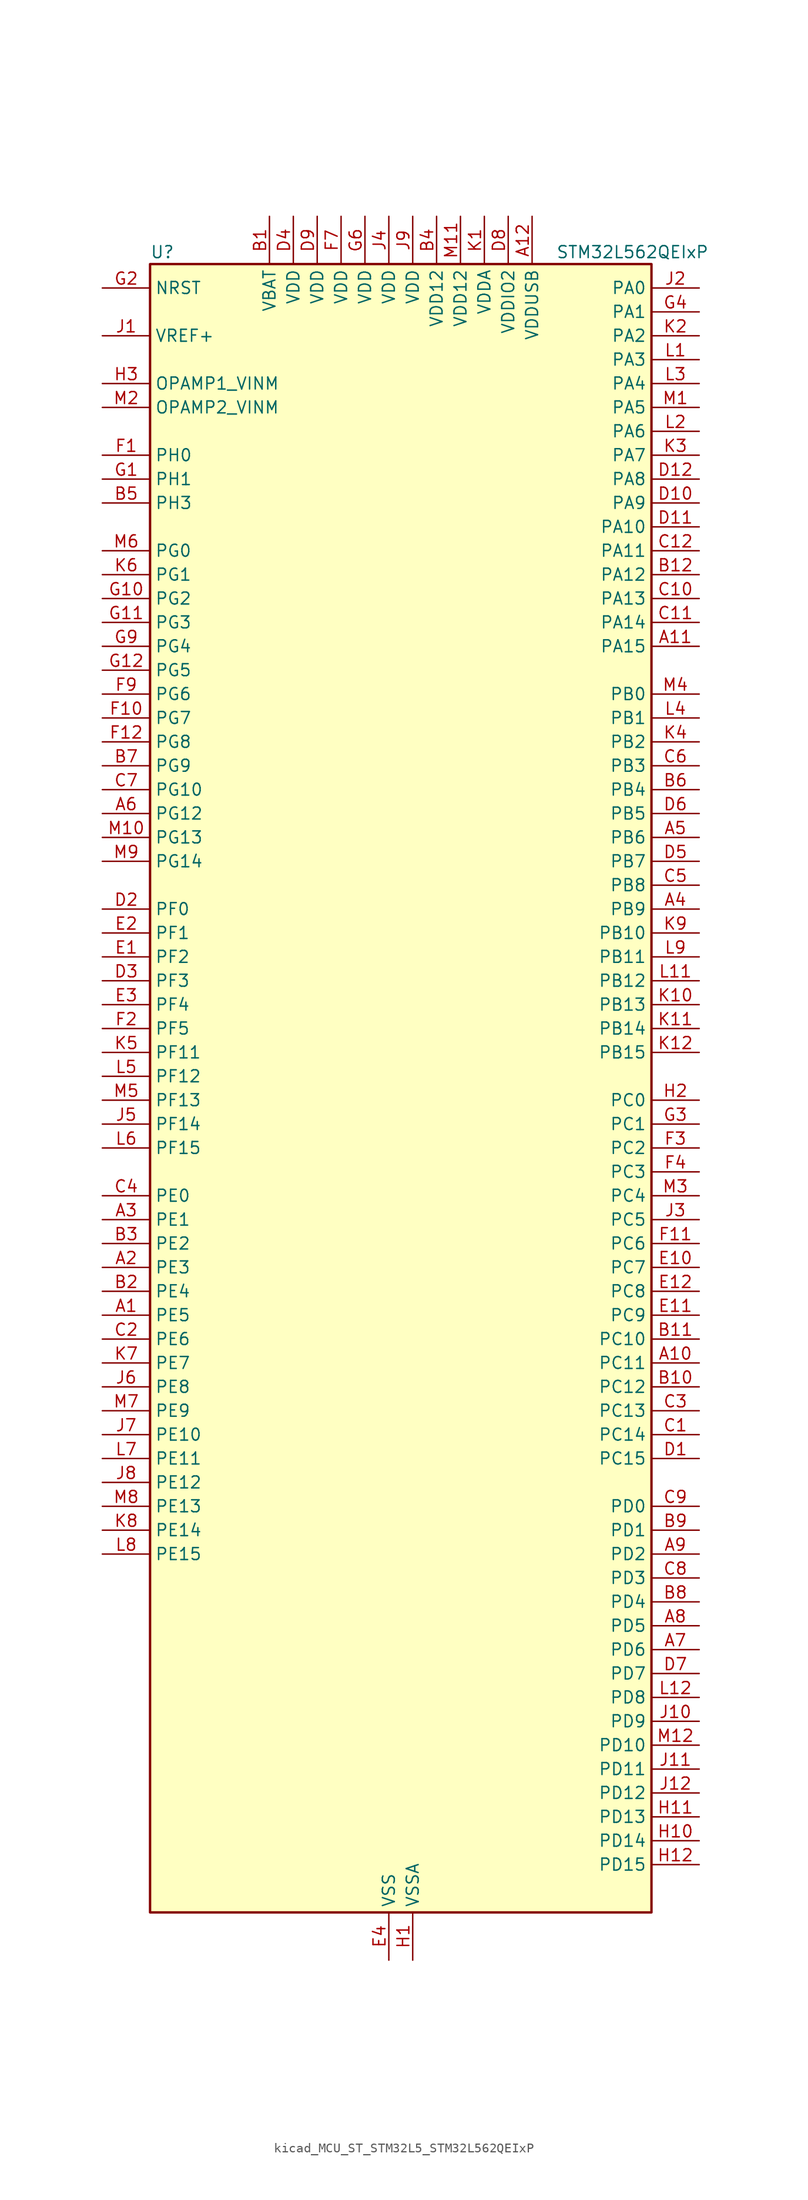
<source format=kicad_sym>
(kicad_symbol_lib
  (version 20220914)
  (generator kicad_symbol_editor)
  (symbol "kicad_MCU_ST_STM32L5_STM32L562QEIxP"
    (property "Reference" "U"
      (at -25.4 90.17 0)
      (effects (font (size 1.27 1.27)) (justify left)))
    (property "Value" "STM32L562QEIxP"
      (at 17.78 90.17 0)
      (effects (font (size 1.27 1.27)) (justify left)))
    (property "ki_locked" ""
      (at 0 0 0)
      (effects (font (size 1.27 1.27))))
    (symbol "kicad_MCU_ST_STM32L5_STM32L562QEIxP_0_1"
      (rectangle (start -25.4 -86.36) (end 27.94 88.9) (stroke (width 0.254) (type default)) (fill (type background))))
    (symbol "kicad_MCU_ST_STM32L5_STM32L562QEIxP_1_1"
      (pin bidirectional line (at -30.48 -22.86 0) (length 5.08) (name "PE5" (effects (font (size 1.27 1.27)))) (number "A1" (effects (font (size 1.27 1.27)))) (alternate "DEBUG_TRACED2" bidirectional line) (alternate "DFSDM1_CKIN3" bidirectional line) (alternate "FMC_A21" bidirectional line) (alternate "SAI1_CK2" bidirectional line) (alternate "SAI1_SCK_A" bidirectional line) (alternate "TIM3_CH3" bidirectional line) (alternate "TSC_G7_IO4" bidirectional line))
      (pin bidirectional line (at 33.02 -27.94 180) (length 5.08) (name "PC11" (effects (font (size 1.27 1.27)))) (number "A10" (effects (font (size 1.27 1.27)))) (alternate "ADC1_EXTI11" bidirectional line) (alternate "ADC2_EXTI11" bidirectional line) (alternate "LPTIM3_IN1" bidirectional line) (alternate "OCTOSPI1_NCS" bidirectional line) (alternate "SAI2_MCLK_B" bidirectional line) (alternate "SDMMC1_D3" bidirectional line) (alternate "SPI3_MISO" bidirectional line) (alternate "TSC_G3_IO3" bidirectional line) (alternate "UART4_RX" bidirectional line) (alternate "UCPD1_FRSTX2" bidirectional line) (alternate "USART3_RX" bidirectional line))
      (pin bidirectional line (at 33.02 48.26 180) (length 5.08) (name "PA15" (effects (font (size 1.27 1.27)))) (number "A11" (effects (font (size 1.27 1.27)))) (alternate "ADC1_EXTI15" bidirectional line) (alternate "ADC2_EXTI15" bidirectional line) (alternate "DEBUG_JTDI" bidirectional line) (alternate "SAI2_FS_B" bidirectional line) (alternate "SPI1_NSS" bidirectional line) (alternate "SPI3_NSS" bidirectional line) (alternate "TIM2_CH1" bidirectional line) (alternate "TIM2_ETR" bidirectional line) (alternate "UART4_DE" bidirectional line) (alternate "UART4_RTS" bidirectional line) (alternate "UCPD1_CC1" bidirectional line) (alternate "USART2_RX" bidirectional line) (alternate "USART3_DE" bidirectional line) (alternate "USART3_RTS" bidirectional line))
      (pin power_in line (at 15.24 93.98 270) (length 5.08) (name "VDDUSB" (effects (font (size 1.27 1.27)))) (number "A12" (effects (font (size 1.27 1.27)))))
      (pin bidirectional line (at -30.48 -17.78 0) (length 5.08) (name "PE3" (effects (font (size 1.27 1.27)))) (number "A2" (effects (font (size 1.27 1.27)))) (alternate "DEBUG_TRACED0" bidirectional line) (alternate "FMC_A19" bidirectional line) (alternate "OCTOSPI1_DQS" bidirectional line) (alternate "SAI1_SD_B" bidirectional line) (alternate "TIM3_CH1" bidirectional line) (alternate "TSC_G7_IO2" bidirectional line))
      (pin bidirectional line (at -30.48 -12.7 0) (length 5.08) (name "PE1" (effects (font (size 1.27 1.27)))) (number "A3" (effects (font (size 1.27 1.27)))) (alternate "FMC_NBL1" bidirectional line) (alternate "TIM17_CH1" bidirectional line))
      (pin bidirectional line (at 33.02 20.32 180) (length 5.08) (name "PB9" (effects (font (size 1.27 1.27)))) (number "A4" (effects (font (size 1.27 1.27)))) (alternate "DAC1_EXTI9" bidirectional line) (alternate "FDCAN1_TX" bidirectional line) (alternate "I2C1_SDA" bidirectional line) (alternate "IR_OUT" bidirectional line) (alternate "SAI1_D2" bidirectional line) (alternate "SAI1_FS_A" bidirectional line) (alternate "SDMMC1_CDIR" bidirectional line) (alternate "SDMMC1_D5" bidirectional line) (alternate "SPI2_NSS" bidirectional line) (alternate "TIM17_CH1" bidirectional line) (alternate "TIM4_CH4" bidirectional line))
      (pin bidirectional line (at 33.02 27.94 180) (length 5.08) (name "PB6" (effects (font (size 1.27 1.27)))) (number "A5" (effects (font (size 1.27 1.27)))) (alternate "COMP2_INP" bidirectional line) (alternate "I2C1_SCL" bidirectional line) (alternate "I2C4_SCL" bidirectional line) (alternate "LPTIM1_ETR" bidirectional line) (alternate "SAI1_FS_B" bidirectional line) (alternate "TIM16_CH1N" bidirectional line) (alternate "TIM4_CH1" bidirectional line) (alternate "TIM8_BKIN2" bidirectional line) (alternate "TSC_G2_IO3" bidirectional line) (alternate "USART1_TX" bidirectional line))
      (pin bidirectional line (at -30.48 30.48 0) (length 5.08) (name "PG12" (effects (font (size 1.27 1.27)))) (number "A6" (effects (font (size 1.27 1.27)))) (alternate "FMC_NE4" bidirectional line) (alternate "LPTIM1_ETR" bidirectional line) (alternate "SAI2_SD_A" bidirectional line) (alternate "SPI3_NSS" bidirectional line) (alternate "USART1_DE" bidirectional line) (alternate "USART1_RTS" bidirectional line))
      (pin bidirectional line (at 33.02 -58.42 180) (length 5.08) (name "PD6" (effects (font (size 1.27 1.27)))) (number "A7" (effects (font (size 1.27 1.27)))) (alternate "DFSDM1_DATIN1" bidirectional line) (alternate "FMC_NWAIT" bidirectional line) (alternate "OCTOSPI1_IO6" bidirectional line) (alternate "SAI1_D1" bidirectional line) (alternate "SAI1_SD_A" bidirectional line) (alternate "SPI3_MOSI" bidirectional line) (alternate "USART2_RX" bidirectional line))
      (pin bidirectional line (at 33.02 -55.88 180) (length 5.08) (name "PD5" (effects (font (size 1.27 1.27)))) (number "A8" (effects (font (size 1.27 1.27)))) (alternate "FMC_NWE" bidirectional line) (alternate "OCTOSPI1_IO5" bidirectional line) (alternate "USART2_TX" bidirectional line))
      (pin bidirectional line (at 33.02 -48.26 180) (length 5.08) (name "PD2" (effects (font (size 1.27 1.27)))) (number "A9" (effects (font (size 1.27 1.27)))) (alternate "DEBUG_TRACED2" bidirectional line) (alternate "SDMMC1_CMD" bidirectional line) (alternate "TIM3_ETR" bidirectional line) (alternate "TSC_SYNC" bidirectional line) (alternate "UART5_RX" bidirectional line) (alternate "USART3_DE" bidirectional line) (alternate "USART3_RTS" bidirectional line))
      (pin power_in line (at -12.7 93.98 270) (length 5.08) (name "VBAT" (effects (font (size 1.27 1.27)))) (number "B1" (effects (font (size 1.27 1.27)))))
      (pin bidirectional line (at 33.02 -30.48 180) (length 5.08) (name "PC12" (effects (font (size 1.27 1.27)))) (number "B10" (effects (font (size 1.27 1.27)))) (alternate "DEBUG_TRACED3" bidirectional line) (alternate "SAI2_SD_B" bidirectional line) (alternate "SDMMC1_CK" bidirectional line) (alternate "SPI3_MOSI" bidirectional line) (alternate "TSC_G3_IO4" bidirectional line) (alternate "UART5_TX" bidirectional line) (alternate "USART3_CK" bidirectional line))
      (pin bidirectional line (at 33.02 -25.4 180) (length 5.08) (name "PC10" (effects (font (size 1.27 1.27)))) (number "B11" (effects (font (size 1.27 1.27)))) (alternate "DEBUG_TRACED1" bidirectional line) (alternate "LPTIM3_ETR" bidirectional line) (alternate "SAI2_SCK_B" bidirectional line) (alternate "SDMMC1_D2" bidirectional line) (alternate "SPI3_SCK" bidirectional line) (alternate "TSC_G3_IO2" bidirectional line) (alternate "UART4_TX" bidirectional line) (alternate "USART3_TX" bidirectional line))
      (pin bidirectional line (at 33.02 55.88 180) (length 5.08) (name "PA12" (effects (font (size 1.27 1.27)))) (number "B12" (effects (font (size 1.27 1.27)))) (alternate "FDCAN1_TX" bidirectional line) (alternate "SPI1_MOSI" bidirectional line) (alternate "TIM1_ETR" bidirectional line) (alternate "USART1_DE" bidirectional line) (alternate "USART1_RTS" bidirectional line) (alternate "USB_DP" bidirectional line))
      (pin bidirectional line (at -30.48 -20.32 0) (length 5.08) (name "PE4" (effects (font (size 1.27 1.27)))) (number "B2" (effects (font (size 1.27 1.27)))) (alternate "DEBUG_TRACED1" bidirectional line) (alternate "DFSDM1_DATIN3" bidirectional line) (alternate "FMC_A20" bidirectional line) (alternate "SAI1_D2" bidirectional line) (alternate "SAI1_FS_A" bidirectional line) (alternate "TIM3_CH2" bidirectional line) (alternate "TSC_G7_IO3" bidirectional line))
      (pin bidirectional line (at -30.48 -15.24 0) (length 5.08) (name "PE2" (effects (font (size 1.27 1.27)))) (number "B3" (effects (font (size 1.27 1.27)))) (alternate "DEBUG_TRACECLK" bidirectional line) (alternate "FMC_A23" bidirectional line) (alternate "SAI1_CK1" bidirectional line) (alternate "SAI1_MCLK_A" bidirectional line) (alternate "TIM3_ETR" bidirectional line) (alternate "TSC_G7_IO1" bidirectional line))
      (pin power_in line (at 5.08 93.98 270) (length 5.08) (name "VDD12" (effects (font (size 1.27 1.27)))) (number "B4" (effects (font (size 1.27 1.27)))))
      (pin bidirectional line (at -30.48 63.5 0) (length 5.08) (name "PH3" (effects (font (size 1.27 1.27)))) (number "B5" (effects (font (size 1.27 1.27)))))
      (pin bidirectional line (at 33.02 33.02 180) (length 5.08) (name "PB4" (effects (font (size 1.27 1.27)))) (number "B6" (effects (font (size 1.27 1.27)))) (alternate "COMP2_INP" bidirectional line) (alternate "DEBUG_JTRST" bidirectional line) (alternate "I2C3_SDA" bidirectional line) (alternate "SAI1_MCLK_B" bidirectional line) (alternate "SPI1_MISO" bidirectional line) (alternate "SPI3_MISO" bidirectional line) (alternate "TIM17_BKIN" bidirectional line) (alternate "TIM3_CH1" bidirectional line) (alternate "TSC_G2_IO1" bidirectional line) (alternate "UART5_DE" bidirectional line) (alternate "UART5_RTS" bidirectional line) (alternate "USART1_CTS" bidirectional line) (alternate "USART1_NSS" bidirectional line))
      (pin bidirectional line (at -30.48 35.56 0) (length 5.08) (name "PG9" (effects (font (size 1.27 1.27)))) (number "B7" (effects (font (size 1.27 1.27)))) (alternate "DAC1_EXTI9" bidirectional line) (alternate "FMC_NCE" bidirectional line) (alternate "FMC_NE2" bidirectional line) (alternate "SAI2_SCK_A" bidirectional line) (alternate "SPI3_SCK" bidirectional line) (alternate "TIM15_CH1N" bidirectional line) (alternate "USART1_TX" bidirectional line))
      (pin bidirectional line (at 33.02 -53.34 180) (length 5.08) (name "PD4" (effects (font (size 1.27 1.27)))) (number "B8" (effects (font (size 1.27 1.27)))) (alternate "DFSDM1_CKIN0" bidirectional line) (alternate "FMC_NOE" bidirectional line) (alternate "OCTOSPI1_IO4" bidirectional line) (alternate "SPI2_MOSI" bidirectional line) (alternate "USART2_DE" bidirectional line) (alternate "USART2_RTS" bidirectional line))
      (pin bidirectional line (at 33.02 -45.72 180) (length 5.08) (name "PD1" (effects (font (size 1.27 1.27)))) (number "B9" (effects (font (size 1.27 1.27)))) (alternate "FDCAN1_TX" bidirectional line) (alternate "FMC_D3" bidirectional line) (alternate "FMC_DA3" bidirectional line) (alternate "SPI2_SCK" bidirectional line))
      (pin bidirectional line (at 33.02 -35.56 180) (length 5.08) (name "PC14" (effects (font (size 1.27 1.27)))) (number "C1" (effects (font (size 1.27 1.27)))) (alternate "RCC_OSC32_IN" bidirectional line))
      (pin bidirectional line (at 33.02 53.34 180) (length 5.08) (name "PA13" (effects (font (size 1.27 1.27)))) (number "C10" (effects (font (size 1.27 1.27)))) (alternate "DEBUG_JTMS-SWDIO" bidirectional line) (alternate "IR_OUT" bidirectional line) (alternate "SAI1_SD_B" bidirectional line) (alternate "USB_NOE" bidirectional line))
      (pin bidirectional line (at 33.02 50.8 180) (length 5.08) (name "PA14" (effects (font (size 1.27 1.27)))) (number "C11" (effects (font (size 1.27 1.27)))) (alternate "DEBUG_JTCK-SWCLK" bidirectional line) (alternate "I2C1_SMBA" bidirectional line) (alternate "I2C4_SMBA" bidirectional line) (alternate "LPTIM1_OUT" bidirectional line) (alternate "SAI1_FS_B" bidirectional line))
      (pin bidirectional line (at 33.02 58.42 180) (length 5.08) (name "PA11" (effects (font (size 1.27 1.27)))) (number "C12" (effects (font (size 1.27 1.27)))) (alternate "ADC1_EXTI11" bidirectional line) (alternate "ADC2_EXTI11" bidirectional line) (alternate "FDCAN1_RX" bidirectional line) (alternate "SPI1_MISO" bidirectional line) (alternate "TIM1_BKIN2" bidirectional line) (alternate "TIM1_CH4" bidirectional line) (alternate "USART1_CTS" bidirectional line) (alternate "USART1_NSS" bidirectional line) (alternate "USB_DM" bidirectional line))
      (pin bidirectional line (at -30.48 -25.4 0) (length 5.08) (name "PE6" (effects (font (size 1.27 1.27)))) (number "C2" (effects (font (size 1.27 1.27)))) (alternate "DEBUG_TRACED3" bidirectional line) (alternate "FMC_A22" bidirectional line) (alternate "PWR_WKUP3" bidirectional line) (alternate "SAI1_D1" bidirectional line) (alternate "SAI1_SD_A" bidirectional line) (alternate "TAMP_IN3" bidirectional line) (alternate "TAMP_OUT6" bidirectional line) (alternate "TIM3_CH4" bidirectional line))
      (pin bidirectional line (at 33.02 -33.02 180) (length 5.08) (name "PC13" (effects (font (size 1.27 1.27)))) (number "C3" (effects (font (size 1.27 1.27)))) (alternate "PWR_WKUP2" bidirectional line) (alternate "RTC_OUT1" bidirectional line) (alternate "RTC_TS" bidirectional line) (alternate "TAMP_IN1" bidirectional line) (alternate "TAMP_OUT2" bidirectional line))
      (pin bidirectional line (at -30.48 -10.16 0) (length 5.08) (name "PE0" (effects (font (size 1.27 1.27)))) (number "C4" (effects (font (size 1.27 1.27)))) (alternate "FMC_NBL0" bidirectional line) (alternate "TIM16_CH1" bidirectional line) (alternate "TIM4_ETR" bidirectional line))
      (pin bidirectional line (at 33.02 22.86 180) (length 5.08) (name "PB8" (effects (font (size 1.27 1.27)))) (number "C5" (effects (font (size 1.27 1.27)))) (alternate "DFSDM1_CKOUT" bidirectional line) (alternate "FDCAN1_RX" bidirectional line) (alternate "I2C1_SCL" bidirectional line) (alternate "SAI1_CK1" bidirectional line) (alternate "SAI1_MCLK_A" bidirectional line) (alternate "SDMMC1_CKIN" bidirectional line) (alternate "SDMMC1_D4" bidirectional line) (alternate "TIM16_CH1" bidirectional line) (alternate "TIM4_CH3" bidirectional line))
      (pin bidirectional line (at 33.02 35.56 180) (length 5.08) (name "PB3" (effects (font (size 1.27 1.27)))) (number "C6" (effects (font (size 1.27 1.27)))) (alternate "COMP2_INM" bidirectional line) (alternate "CRS_SYNC" bidirectional line) (alternate "DEBUG_JTDO-SWO" bidirectional line) (alternate "SAI1_SCK_B" bidirectional line) (alternate "SPI1_SCK" bidirectional line) (alternate "SPI3_SCK" bidirectional line) (alternate "TIM2_CH2" bidirectional line) (alternate "USART1_DE" bidirectional line) (alternate "USART1_RTS" bidirectional line))
      (pin bidirectional line (at -30.48 33.02 0) (length 5.08) (name "PG10" (effects (font (size 1.27 1.27)))) (number "C7" (effects (font (size 1.27 1.27)))) (alternate "FMC_NE3" bidirectional line) (alternate "LPTIM1_IN1" bidirectional line) (alternate "SAI2_FS_A" bidirectional line) (alternate "SPI3_MISO" bidirectional line) (alternate "TIM15_CH1" bidirectional line) (alternate "USART1_RX" bidirectional line))
      (pin bidirectional line (at 33.02 -50.8 180) (length 5.08) (name "PD3" (effects (font (size 1.27 1.27)))) (number "C8" (effects (font (size 1.27 1.27)))) (alternate "DFSDM1_DATIN0" bidirectional line) (alternate "FMC_CLK" bidirectional line) (alternate "SPI2_MISO" bidirectional line) (alternate "SPI2_SCK" bidirectional line) (alternate "USART2_CTS" bidirectional line) (alternate "USART2_NSS" bidirectional line))
      (pin bidirectional line (at 33.02 -43.18 180) (length 5.08) (name "PD0" (effects (font (size 1.27 1.27)))) (number "C9" (effects (font (size 1.27 1.27)))) (alternate "FDCAN1_RX" bidirectional line) (alternate "FMC_D2" bidirectional line) (alternate "FMC_DA2" bidirectional line) (alternate "SPI2_NSS" bidirectional line))
      (pin bidirectional line (at 33.02 -38.1 180) (length 5.08) (name "PC15" (effects (font (size 1.27 1.27)))) (number "D1" (effects (font (size 1.27 1.27)))) (alternate "ADC1_EXTI15" bidirectional line) (alternate "ADC2_EXTI15" bidirectional line) (alternate "RCC_OSC32_OUT" bidirectional line))
      (pin bidirectional line (at 33.02 63.5 180) (length 5.08) (name "PA9" (effects (font (size 1.27 1.27)))) (number "D10" (effects (font (size 1.27 1.27)))) (alternate "DAC1_EXTI9" bidirectional line) (alternate "SAI1_FS_A" bidirectional line) (alternate "SPI2_SCK" bidirectional line) (alternate "TIM15_BKIN" bidirectional line) (alternate "TIM1_CH2" bidirectional line) (alternate "USART1_TX" bidirectional line))
      (pin bidirectional line (at 33.02 60.96 180) (length 5.08) (name "PA10" (effects (font (size 1.27 1.27)))) (number "D11" (effects (font (size 1.27 1.27)))) (alternate "CRS_SYNC" bidirectional line) (alternate "SAI1_D1" bidirectional line) (alternate "SAI1_SD_A" bidirectional line) (alternate "TIM17_BKIN" bidirectional line) (alternate "TIM1_CH3" bidirectional line) (alternate "USART1_RX" bidirectional line))
      (pin bidirectional line (at 33.02 66.04 180) (length 5.08) (name "PA8" (effects (font (size 1.27 1.27)))) (number "D12" (effects (font (size 1.27 1.27)))) (alternate "LPTIM2_OUT" bidirectional line) (alternate "RCC_MCO" bidirectional line) (alternate "SAI1_CK2" bidirectional line) (alternate "SAI1_SCK_A" bidirectional line) (alternate "TIM1_CH1" bidirectional line) (alternate "USART1_CK" bidirectional line))
      (pin bidirectional line (at -30.48 20.32 0) (length 5.08) (name "PF0" (effects (font (size 1.27 1.27)))) (number "D2" (effects (font (size 1.27 1.27)))) (alternate "FMC_A0" bidirectional line) (alternate "I2C2_SDA" bidirectional line))
      (pin bidirectional line (at -30.48 12.7 0) (length 5.08) (name "PF3" (effects (font (size 1.27 1.27)))) (number "D3" (effects (font (size 1.27 1.27)))) (alternate "FMC_A3" bidirectional line) (alternate "LPTIM3_IN1" bidirectional line))
      (pin power_in line (at -10.16 93.98 270) (length 5.08) (name "VDD" (effects (font (size 1.27 1.27)))) (number "D4" (effects (font (size 1.27 1.27)))))
      (pin bidirectional line (at 33.02 25.4 180) (length 5.08) (name "PB7" (effects (font (size 1.27 1.27)))) (number "D5" (effects (font (size 1.27 1.27)))) (alternate "COMP2_INM" bidirectional line) (alternate "FMC_NL" bidirectional line) (alternate "I2C1_SDA" bidirectional line) (alternate "I2C4_SDA" bidirectional line) (alternate "LPTIM1_IN2" bidirectional line) (alternate "PWR_PVD_IN" bidirectional line) (alternate "TIM17_CH1N" bidirectional line) (alternate "TIM4_CH2" bidirectional line) (alternate "TIM8_BKIN" bidirectional line) (alternate "TSC_G2_IO4" bidirectional line) (alternate "UART4_CTS" bidirectional line) (alternate "USART1_RX" bidirectional line))
      (pin bidirectional line (at 33.02 30.48 180) (length 5.08) (name "PB5" (effects (font (size 1.27 1.27)))) (number "D6" (effects (font (size 1.27 1.27)))) (alternate "COMP2_OUT" bidirectional line) (alternate "I2C1_SMBA" bidirectional line) (alternate "LPTIM1_IN1" bidirectional line) (alternate "OCTOSPI1_NCLK" bidirectional line) (alternate "SAI1_SD_B" bidirectional line) (alternate "SPI1_MOSI" bidirectional line) (alternate "SPI3_MOSI" bidirectional line) (alternate "TIM16_BKIN" bidirectional line) (alternate "TIM3_CH2" bidirectional line) (alternate "TSC_G2_IO2" bidirectional line) (alternate "UART5_CTS" bidirectional line) (alternate "UCPD1_DBCC1" bidirectional line) (alternate "USART1_CK" bidirectional line))
      (pin bidirectional line (at 33.02 -60.96 180) (length 5.08) (name "PD7" (effects (font (size 1.27 1.27)))) (number "D7" (effects (font (size 1.27 1.27)))) (alternate "DFSDM1_CKIN1" bidirectional line) (alternate "FMC_NCE" bidirectional line) (alternate "FMC_NE1" bidirectional line) (alternate "OCTOSPI1_IO7" bidirectional line) (alternate "USART2_CK" bidirectional line))
      (pin power_in line (at 12.7 93.98 270) (length 5.08) (name "VDDIO2" (effects (font (size 1.27 1.27)))) (number "D8" (effects (font (size 1.27 1.27)))))
      (pin power_in line (at -7.62 93.98 270) (length 5.08) (name "VDD" (effects (font (size 1.27 1.27)))) (number "D9" (effects (font (size 1.27 1.27)))))
      (pin bidirectional line (at -30.48 15.24 0) (length 5.08) (name "PF2" (effects (font (size 1.27 1.27)))) (number "E1" (effects (font (size 1.27 1.27)))) (alternate "FMC_A2" bidirectional line) (alternate "I2C2_SMBA" bidirectional line))
      (pin bidirectional line (at 33.02 -17.78 180) (length 5.08) (name "PC7" (effects (font (size 1.27 1.27)))) (number "E10" (effects (font (size 1.27 1.27)))) (alternate "DFSDM1_DATIN3" bidirectional line) (alternate "SAI2_MCLK_B" bidirectional line) (alternate "SDMMC1_D123DIR" bidirectional line) (alternate "SDMMC1_D7" bidirectional line) (alternate "TIM3_CH2" bidirectional line) (alternate "TIM8_CH2" bidirectional line) (alternate "TSC_G4_IO2" bidirectional line))
      (pin bidirectional line (at 33.02 -22.86 180) (length 5.08) (name "PC9" (effects (font (size 1.27 1.27)))) (number "E11" (effects (font (size 1.27 1.27)))) (alternate "DAC1_EXTI9" bidirectional line) (alternate "DEBUG_TRACED0" bidirectional line) (alternate "SAI2_EXTCLK" bidirectional line) (alternate "SDMMC1_D1" bidirectional line) (alternate "TIM3_CH4" bidirectional line) (alternate "TIM8_BKIN2" bidirectional line) (alternate "TIM8_CH4" bidirectional line) (alternate "TSC_G4_IO4" bidirectional line) (alternate "USB_NOE" bidirectional line))
      (pin bidirectional line (at 33.02 -20.32 180) (length 5.08) (name "PC8" (effects (font (size 1.27 1.27)))) (number "E12" (effects (font (size 1.27 1.27)))) (alternate "SDMMC1_D0" bidirectional line) (alternate "TIM3_CH3" bidirectional line) (alternate "TIM8_CH3" bidirectional line) (alternate "TSC_G4_IO3" bidirectional line))
      (pin bidirectional line (at -30.48 17.78 0) (length 5.08) (name "PF1" (effects (font (size 1.27 1.27)))) (number "E2" (effects (font (size 1.27 1.27)))) (alternate "FMC_A1" bidirectional line) (alternate "I2C2_SCL" bidirectional line))
      (pin bidirectional line (at -30.48 10.16 0) (length 5.08) (name "PF4" (effects (font (size 1.27 1.27)))) (number "E3" (effects (font (size 1.27 1.27)))) (alternate "FMC_A4" bidirectional line) (alternate "LPTIM3_ETR" bidirectional line))
      (pin power_in line (at 0 -91.44 90) (length 5.08) (name "VSS" (effects (font (size 1.27 1.27)))) (number "E4" (effects (font (size 1.27 1.27)))))
      (pin passive line (at 0 -91.44 90) (length 5.08) hide (name "VSS" (effects (font (size 1.27 1.27)))) (number "E9" (effects (font (size 1.27 1.27)))))
      (pin bidirectional line (at -30.48 68.58 0) (length 5.08) (name "PH0" (effects (font (size 1.27 1.27)))) (number "F1" (effects (font (size 1.27 1.27)))) (alternate "RCC_OSC_IN" bidirectional line))
      (pin bidirectional line (at -30.48 40.64 0) (length 5.08) (name "PG7" (effects (font (size 1.27 1.27)))) (number "F10" (effects (font (size 1.27 1.27)))) (alternate "DFSDM1_CKOUT" bidirectional line) (alternate "FMC_INT" bidirectional line) (alternate "I2C3_SCL" bidirectional line) (alternate "LPUART1_TX" bidirectional line) (alternate "SAI1_CK1" bidirectional line) (alternate "SAI1_MCLK_A" bidirectional line) (alternate "UCPD1_FRSTX2" bidirectional line))
      (pin bidirectional line (at 33.02 -15.24 180) (length 5.08) (name "PC6" (effects (font (size 1.27 1.27)))) (number "F11" (effects (font (size 1.27 1.27)))) (alternate "DFSDM1_CKIN3" bidirectional line) (alternate "SAI2_MCLK_A" bidirectional line) (alternate "SDMMC1_D0DIR" bidirectional line) (alternate "SDMMC1_D6" bidirectional line) (alternate "TIM3_CH1" bidirectional line) (alternate "TIM8_CH1" bidirectional line) (alternate "TSC_G4_IO1" bidirectional line))
      (pin bidirectional line (at -30.48 38.1 0) (length 5.08) (name "PG8" (effects (font (size 1.27 1.27)))) (number "F12" (effects (font (size 1.27 1.27)))) (alternate "I2C3_SDA" bidirectional line) (alternate "LPUART1_RX" bidirectional line))
      (pin bidirectional line (at -30.48 7.62 0) (length 5.08) (name "PF5" (effects (font (size 1.27 1.27)))) (number "F2" (effects (font (size 1.27 1.27)))) (alternate "FMC_A5" bidirectional line) (alternate "LPTIM3_OUT" bidirectional line))
      (pin bidirectional line (at 33.02 -5.08 180) (length 5.08) (name "PC2" (effects (font (size 1.27 1.27)))) (number "F3" (effects (font (size 1.27 1.27)))) (alternate "ADC1_IN3" bidirectional line) (alternate "ADC2_IN3" bidirectional line) (alternate "DFSDM1_CKOUT" bidirectional line) (alternate "LPTIM1_IN2" bidirectional line) (alternate "OCTOSPI1_IO5" bidirectional line) (alternate "SPI2_MISO" bidirectional line))
      (pin bidirectional line (at 33.02 -7.62 180) (length 5.08) (name "PC3" (effects (font (size 1.27 1.27)))) (number "F4" (effects (font (size 1.27 1.27)))) (alternate "ADC1_IN4" bidirectional line) (alternate "ADC2_IN4" bidirectional line) (alternate "LPTIM1_ETR" bidirectional line) (alternate "LPTIM2_ETR" bidirectional line) (alternate "LPTIM3_OUT" bidirectional line) (alternate "OCTOSPI1_IO6" bidirectional line) (alternate "SAI1_D1" bidirectional line) (alternate "SAI1_SD_A" bidirectional line) (alternate "SPI2_MOSI" bidirectional line))
      (pin passive line (at 0 -91.44 90) (length 5.08) hide (name "VSS" (effects (font (size 1.27 1.27)))) (number "F6" (effects (font (size 1.27 1.27)))))
      (pin power_in line (at -5.08 93.98 270) (length 5.08) (name "VDD" (effects (font (size 1.27 1.27)))) (number "F7" (effects (font (size 1.27 1.27)))))
      (pin bidirectional line (at -30.48 43.18 0) (length 5.08) (name "PG6" (effects (font (size 1.27 1.27)))) (number "F9" (effects (font (size 1.27 1.27)))) (alternate "I2C3_SMBA" bidirectional line) (alternate "LPUART1_DE" bidirectional line) (alternate "LPUART1_RTS" bidirectional line) (alternate "OCTOSPI1_DQS" bidirectional line) (alternate "UCPD1_FRSTX1" bidirectional line))
      (pin bidirectional line (at -30.48 66.04 0) (length 5.08) (name "PH1" (effects (font (size 1.27 1.27)))) (number "G1" (effects (font (size 1.27 1.27)))) (alternate "RCC_OSC_OUT" bidirectional line))
      (pin bidirectional line (at -30.48 53.34 0) (length 5.08) (name "PG2" (effects (font (size 1.27 1.27)))) (number "G10" (effects (font (size 1.27 1.27)))) (alternate "FMC_A12" bidirectional line) (alternate "SAI2_SCK_B" bidirectional line) (alternate "SPI1_SCK" bidirectional line))
      (pin bidirectional line (at -30.48 50.8 0) (length 5.08) (name "PG3" (effects (font (size 1.27 1.27)))) (number "G11" (effects (font (size 1.27 1.27)))) (alternate "FMC_A13" bidirectional line) (alternate "SAI2_FS_B" bidirectional line) (alternate "SPI1_MISO" bidirectional line))
      (pin bidirectional line (at -30.48 45.72 0) (length 5.08) (name "PG5" (effects (font (size 1.27 1.27)))) (number "G12" (effects (font (size 1.27 1.27)))) (alternate "FMC_A15" bidirectional line) (alternate "LPUART1_CTS" bidirectional line) (alternate "SAI2_SD_B" bidirectional line) (alternate "SPI1_NSS" bidirectional line))
      (pin input line (at -30.48 86.36 0) (length 5.08) (name "NRST" (effects (font (size 1.27 1.27)))) (number "G2" (effects (font (size 1.27 1.27)))))
      (pin bidirectional line (at 33.02 -2.54 180) (length 5.08) (name "PC1" (effects (font (size 1.27 1.27)))) (number "G3" (effects (font (size 1.27 1.27)))) (alternate "ADC1_IN2" bidirectional line) (alternate "ADC2_IN2" bidirectional line) (alternate "DEBUG_TRACED0" bidirectional line) (alternate "I2C3_SDA" bidirectional line) (alternate "LPTIM1_OUT" bidirectional line) (alternate "LPUART1_TX" bidirectional line) (alternate "OCTOSPI1_IO4" bidirectional line) (alternate "SAI1_SD_A" bidirectional line) (alternate "SPI2_MOSI" bidirectional line))
      (pin bidirectional line (at 33.02 83.82 180) (length 5.08) (name "PA1" (effects (font (size 1.27 1.27)))) (number "G4" (effects (font (size 1.27 1.27)))) (alternate "ADC1_IN6" bidirectional line) (alternate "ADC2_IN6" bidirectional line) (alternate "I2C1_SMBA" bidirectional line) (alternate "OCTOSPI1_DQS" bidirectional line) (alternate "OPAMP1_VINM" bidirectional line) (alternate "SPI1_SCK" bidirectional line) (alternate "TAMP_IN5" bidirectional line) (alternate "TAMP_OUT4" bidirectional line) (alternate "TIM15_CH1N" bidirectional line) (alternate "TIM2_CH2" bidirectional line) (alternate "TIM5_CH2" bidirectional line) (alternate "UART4_RX" bidirectional line) (alternate "USART2_DE" bidirectional line) (alternate "USART2_RTS" bidirectional line))
      (pin power_in line (at -2.54 93.98 270) (length 5.08) (name "VDD" (effects (font (size 1.27 1.27)))) (number "G6" (effects (font (size 1.27 1.27)))))
      (pin passive line (at 0 -91.44 90) (length 5.08) hide (name "VSS" (effects (font (size 1.27 1.27)))) (number "G7" (effects (font (size 1.27 1.27)))))
      (pin bidirectional line (at -30.48 48.26 0) (length 5.08) (name "PG4" (effects (font (size 1.27 1.27)))) (number "G9" (effects (font (size 1.27 1.27)))) (alternate "FMC_A14" bidirectional line) (alternate "SAI2_MCLK_B" bidirectional line) (alternate "SPI1_MOSI" bidirectional line))
      (pin power_in line (at 2.54 -91.44 90) (length 5.08) (name "VSSA" (effects (font (size 1.27 1.27)))) (number "H1" (effects (font (size 1.27 1.27)))))
      (pin bidirectional line (at 33.02 -78.74 180) (length 5.08) (name "PD14" (effects (font (size 1.27 1.27)))) (number "H10" (effects (font (size 1.27 1.27)))) (alternate "FMC_D0" bidirectional line) (alternate "FMC_DA0" bidirectional line) (alternate "TIM4_CH3" bidirectional line))
      (pin bidirectional line (at 33.02 -76.2 180) (length 5.08) (name "PD13" (effects (font (size 1.27 1.27)))) (number "H11" (effects (font (size 1.27 1.27)))) (alternate "FMC_A18" bidirectional line) (alternate "I2C4_SDA" bidirectional line) (alternate "LPTIM2_OUT" bidirectional line) (alternate "TIM4_CH2" bidirectional line) (alternate "TSC_G6_IO4" bidirectional line))
      (pin bidirectional line (at 33.02 -81.28 180) (length 5.08) (name "PD15" (effects (font (size 1.27 1.27)))) (number "H12" (effects (font (size 1.27 1.27)))) (alternate "ADC1_EXTI15" bidirectional line) (alternate "ADC2_EXTI15" bidirectional line) (alternate "FMC_D1" bidirectional line) (alternate "FMC_DA1" bidirectional line) (alternate "TIM4_CH4" bidirectional line))
      (pin bidirectional line (at 33.02 0 180) (length 5.08) (name "PC0" (effects (font (size 1.27 1.27)))) (number "H2" (effects (font (size 1.27 1.27)))) (alternate "ADC1_IN1" bidirectional line) (alternate "ADC2_IN1" bidirectional line) (alternate "I2C3_SCL" bidirectional line) (alternate "LPTIM1_IN1" bidirectional line) (alternate "LPTIM2_IN1" bidirectional line) (alternate "LPUART1_RX" bidirectional line) (alternate "OCTOSPI1_IO7" bidirectional line) (alternate "SAI2_FS_A" bidirectional line) (alternate "SDMMC1_D5" bidirectional line))
      (pin bidirectional line (at -30.48 76.2 0) (length 5.08) (name "OPAMP1_VINM" (effects (font (size 1.27 1.27)))) (number "H3" (effects (font (size 1.27 1.27)))) (alternate "OPAMP1_VINM" bidirectional line))
      (pin passive line (at 0 -91.44 90) (length 5.08) hide (name "VSS" (effects (font (size 1.27 1.27)))) (number "H4" (effects (font (size 1.27 1.27)))))
      (pin passive line (at 0 -91.44 90) (length 5.08) hide (name "VSS" (effects (font (size 1.27 1.27)))) (number "H9" (effects (font (size 1.27 1.27)))))
      (pin input line (at -30.48 81.28 0) (length 5.08) (name "VREF+" (effects (font (size 1.27 1.27)))) (number "J1" (effects (font (size 1.27 1.27)))))
      (pin bidirectional line (at 33.02 -66.04 180) (length 5.08) (name "PD9" (effects (font (size 1.27 1.27)))) (number "J10" (effects (font (size 1.27 1.27)))) (alternate "DAC1_EXTI9" bidirectional line) (alternate "FMC_D14" bidirectional line) (alternate "FMC_DA14" bidirectional line) (alternate "SAI2_MCLK_A" bidirectional line) (alternate "USART3_RX" bidirectional line))
      (pin bidirectional line (at 33.02 -71.12 180) (length 5.08) (name "PD11" (effects (font (size 1.27 1.27)))) (number "J11" (effects (font (size 1.27 1.27)))) (alternate "ADC1_EXTI11" bidirectional line) (alternate "ADC2_EXTI11" bidirectional line) (alternate "FMC_A16" bidirectional line) (alternate "FMC_CLE" bidirectional line) (alternate "I2C4_SMBA" bidirectional line) (alternate "LPTIM2_ETR" bidirectional line) (alternate "SAI2_SD_A" bidirectional line) (alternate "TSC_G6_IO2" bidirectional line) (alternate "USART3_CTS" bidirectional line) (alternate "USART3_NSS" bidirectional line))
      (pin bidirectional line (at 33.02 -73.66 180) (length 5.08) (name "PD12" (effects (font (size 1.27 1.27)))) (number "J12" (effects (font (size 1.27 1.27)))) (alternate "FMC_A17" bidirectional line) (alternate "FMC_ALE" bidirectional line) (alternate "I2C4_SCL" bidirectional line) (alternate "LPTIM2_IN1" bidirectional line) (alternate "SAI2_FS_A" bidirectional line) (alternate "TIM4_CH1" bidirectional line) (alternate "TSC_G6_IO3" bidirectional line) (alternate "USART3_DE" bidirectional line) (alternate "USART3_RTS" bidirectional line))
      (pin bidirectional line (at 33.02 86.36 180) (length 5.08) (name "PA0" (effects (font (size 1.27 1.27)))) (number "J2" (effects (font (size 1.27 1.27)))) (alternate "ADC1_IN5" bidirectional line) (alternate "ADC2_IN5" bidirectional line) (alternate "OPAMP1_VINP" bidirectional line) (alternate "PWR_WKUP1" bidirectional line) (alternate "SAI1_EXTCLK" bidirectional line) (alternate "TAMP_IN2" bidirectional line) (alternate "TAMP_OUT1" bidirectional line) (alternate "TIM2_CH1" bidirectional line) (alternate "TIM2_ETR" bidirectional line) (alternate "TIM5_CH1" bidirectional line) (alternate "TIM8_ETR" bidirectional line) (alternate "UART4_TX" bidirectional line) (alternate "USART2_CTS" bidirectional line) (alternate "USART2_NSS" bidirectional line))
      (pin bidirectional line (at 33.02 -12.7 180) (length 5.08) (name "PC5" (effects (font (size 1.27 1.27)))) (number "J3" (effects (font (size 1.27 1.27)))) (alternate "ADC1_IN14" bidirectional line) (alternate "ADC2_IN14" bidirectional line) (alternate "COMP1_INP" bidirectional line) (alternate "PWR_WKUP5" bidirectional line) (alternate "SAI1_D3" bidirectional line) (alternate "TAMP_IN4" bidirectional line) (alternate "TAMP_OUT5" bidirectional line) (alternate "USART3_RX" bidirectional line))
      (pin power_in line (at 0 93.98 270) (length 5.08) (name "VDD" (effects (font (size 1.27 1.27)))) (number "J4" (effects (font (size 1.27 1.27)))))
      (pin bidirectional line (at -30.48 -2.54 0) (length 5.08) (name "PF14" (effects (font (size 1.27 1.27)))) (number "J5" (effects (font (size 1.27 1.27)))) (alternate "FMC_A8" bidirectional line) (alternate "I2C4_SCL" bidirectional line) (alternate "TSC_G8_IO1" bidirectional line))
      (pin bidirectional line (at -30.48 -30.48 0) (length 5.08) (name "PE8" (effects (font (size 1.27 1.27)))) (number "J6" (effects (font (size 1.27 1.27)))) (alternate "DFSDM1_CKIN2" bidirectional line) (alternate "FMC_D5" bidirectional line) (alternate "FMC_DA5" bidirectional line) (alternate "SAI1_SCK_B" bidirectional line) (alternate "TIM1_CH1N" bidirectional line))
      (pin bidirectional line (at -30.48 -35.56 0) (length 5.08) (name "PE10" (effects (font (size 1.27 1.27)))) (number "J7" (effects (font (size 1.27 1.27)))) (alternate "FMC_D7" bidirectional line) (alternate "FMC_DA7" bidirectional line) (alternate "OCTOSPI1_CLK" bidirectional line) (alternate "SAI1_MCLK_B" bidirectional line) (alternate "TIM1_CH2N" bidirectional line) (alternate "TSC_G5_IO1" bidirectional line))
      (pin bidirectional line (at -30.48 -40.64 0) (length 5.08) (name "PE12" (effects (font (size 1.27 1.27)))) (number "J8" (effects (font (size 1.27 1.27)))) (alternate "FMC_D9" bidirectional line) (alternate "FMC_DA9" bidirectional line) (alternate "OCTOSPI1_IO0" bidirectional line) (alternate "SPI1_NSS" bidirectional line) (alternate "TIM1_CH3N" bidirectional line) (alternate "TSC_G5_IO3" bidirectional line))
      (pin power_in line (at 2.54 93.98 270) (length 5.08) (name "VDD" (effects (font (size 1.27 1.27)))) (number "J9" (effects (font (size 1.27 1.27)))))
      (pin power_in line (at 10.16 93.98 270) (length 5.08) (name "VDDA" (effects (font (size 1.27 1.27)))) (number "K1" (effects (font (size 1.27 1.27)))))
      (pin bidirectional line (at 33.02 10.16 180) (length 5.08) (name "PB13" (effects (font (size 1.27 1.27)))) (number "K10" (effects (font (size 1.27 1.27)))) (alternate "DFSDM1_CKIN1" bidirectional line) (alternate "I2C2_SCL" bidirectional line) (alternate "LPTIM3_IN1" bidirectional line) (alternate "LPUART1_CTS" bidirectional line) (alternate "SAI2_SCK_A" bidirectional line) (alternate "SPI2_SCK" bidirectional line) (alternate "TIM15_CH1N" bidirectional line) (alternate "TIM1_CH1N" bidirectional line) (alternate "TSC_G1_IO2" bidirectional line) (alternate "UCPD1_FRSTX2" bidirectional line) (alternate "USART3_CTS" bidirectional line) (alternate "USART3_NSS" bidirectional line))
      (pin bidirectional line (at 33.02 7.62 180) (length 5.08) (name "PB14" (effects (font (size 1.27 1.27)))) (number "K11" (effects (font (size 1.27 1.27)))) (alternate "DFSDM1_DATIN2" bidirectional line) (alternate "I2C2_SDA" bidirectional line) (alternate "LPTIM3_ETR" bidirectional line) (alternate "SAI2_MCLK_A" bidirectional line) (alternate "SPI2_MISO" bidirectional line) (alternate "TIM15_CH1" bidirectional line) (alternate "TIM1_CH2N" bidirectional line) (alternate "TIM8_CH2N" bidirectional line) (alternate "TSC_G1_IO3" bidirectional line) (alternate "UCPD1_DBCC2" bidirectional line) (alternate "USART3_DE" bidirectional line) (alternate "USART3_RTS" bidirectional line))
      (pin bidirectional line (at 33.02 5.08 180) (length 5.08) (name "PB15" (effects (font (size 1.27 1.27)))) (number "K12" (effects (font (size 1.27 1.27)))) (alternate "ADC1_EXTI15" bidirectional line) (alternate "ADC2_EXTI15" bidirectional line) (alternate "DFSDM1_CKIN2" bidirectional line) (alternate "RTC_REFIN" bidirectional line) (alternate "SAI2_SD_A" bidirectional line) (alternate "SPI2_MOSI" bidirectional line) (alternate "TIM15_CH2" bidirectional line) (alternate "TIM1_CH3N" bidirectional line) (alternate "TIM8_CH3N" bidirectional line) (alternate "UCPD1_CC2" bidirectional line))
      (pin bidirectional line (at 33.02 81.28 180) (length 5.08) (name "PA2" (effects (font (size 1.27 1.27)))) (number "K2" (effects (font (size 1.27 1.27)))) (alternate "ADC1_IN7" bidirectional line) (alternate "ADC2_IN7" bidirectional line) (alternate "COMP1_INP" bidirectional line) (alternate "LPUART1_TX" bidirectional line) (alternate "OCTOSPI1_NCS" bidirectional line) (alternate "PWR_WKUP4" bidirectional line) (alternate "RCC_LSCO" bidirectional line) (alternate "SAI2_EXTCLK" bidirectional line) (alternate "TIM15_CH1" bidirectional line) (alternate "TIM2_CH3" bidirectional line) (alternate "TIM5_CH3" bidirectional line) (alternate "UCPD1_FRSTX1" bidirectional line) (alternate "USART2_TX" bidirectional line))
      (pin bidirectional line (at 33.02 68.58 180) (length 5.08) (name "PA7" (effects (font (size 1.27 1.27)))) (number "K3" (effects (font (size 1.27 1.27)))) (alternate "ADC1_IN12" bidirectional line) (alternate "ADC2_IN12" bidirectional line) (alternate "I2C3_SCL" bidirectional line) (alternate "OCTOSPI1_IO2" bidirectional line) (alternate "OPAMP2_VINM" bidirectional line) (alternate "SPI1_MOSI" bidirectional line) (alternate "TIM17_CH1" bidirectional line) (alternate "TIM1_CH1N" bidirectional line) (alternate "TIM3_CH2" bidirectional line) (alternate "TIM8_CH1N" bidirectional line))
      (pin bidirectional line (at 33.02 38.1 180) (length 5.08) (name "PB2" (effects (font (size 1.27 1.27)))) (number "K4" (effects (font (size 1.27 1.27)))) (alternate "COMP1_INP" bidirectional line) (alternate "DFSDM1_CKIN0" bidirectional line) (alternate "I2C3_SMBA" bidirectional line) (alternate "LPTIM1_OUT" bidirectional line) (alternate "OCTOSPI1_DQS" bidirectional line) (alternate "RTC_OUT2" bidirectional line) (alternate "UCPD1_FRSTX1" bidirectional line))
      (pin bidirectional line (at -30.48 5.08 0) (length 5.08) (name "PF11" (effects (font (size 1.27 1.27)))) (number "K5" (effects (font (size 1.27 1.27)))) (alternate "ADC1_EXTI11" bidirectional line) (alternate "ADC2_EXTI11" bidirectional line) (alternate "OCTOSPI1_NCLK" bidirectional line))
      (pin bidirectional line (at -30.48 55.88 0) (length 5.08) (name "PG1" (effects (font (size 1.27 1.27)))) (number "K6" (effects (font (size 1.27 1.27)))) (alternate "FMC_A11" bidirectional line) (alternate "TSC_G8_IO4" bidirectional line))
      (pin bidirectional line (at -30.48 -27.94 0) (length 5.08) (name "PE7" (effects (font (size 1.27 1.27)))) (number "K7" (effects (font (size 1.27 1.27)))) (alternate "DFSDM1_DATIN2" bidirectional line) (alternate "FMC_D4" bidirectional line) (alternate "FMC_DA4" bidirectional line) (alternate "SAI1_SD_B" bidirectional line) (alternate "TIM1_ETR" bidirectional line))
      (pin bidirectional line (at -30.48 -45.72 0) (length 5.08) (name "PE14" (effects (font (size 1.27 1.27)))) (number "K8" (effects (font (size 1.27 1.27)))) (alternate "FMC_D11" bidirectional line) (alternate "FMC_DA11" bidirectional line) (alternate "OCTOSPI1_IO2" bidirectional line) (alternate "SPI1_MISO" bidirectional line) (alternate "TIM1_BKIN2" bidirectional line) (alternate "TIM1_CH4" bidirectional line))
      (pin bidirectional line (at 33.02 17.78 180) (length 5.08) (name "PB10" (effects (font (size 1.27 1.27)))) (number "K9" (effects (font (size 1.27 1.27)))) (alternate "COMP1_OUT" bidirectional line) (alternate "I2C2_SCL" bidirectional line) (alternate "I2C4_SCL" bidirectional line) (alternate "LPTIM3_OUT" bidirectional line) (alternate "LPUART1_RX" bidirectional line) (alternate "OCTOSPI1_CLK" bidirectional line) (alternate "SAI1_SCK_A" bidirectional line) (alternate "SPI2_SCK" bidirectional line) (alternate "TIM2_CH3" bidirectional line) (alternate "TSC_SYNC" bidirectional line) (alternate "USART3_TX" bidirectional line))
      (pin bidirectional line (at 33.02 78.74 180) (length 5.08) (name "PA3" (effects (font (size 1.27 1.27)))) (number "L1" (effects (font (size 1.27 1.27)))) (alternate "ADC1_IN8" bidirectional line) (alternate "ADC2_IN8" bidirectional line) (alternate "LPUART1_RX" bidirectional line) (alternate "OCTOSPI1_CLK" bidirectional line) (alternate "OPAMP1_VOUT" bidirectional line) (alternate "SAI1_CK1" bidirectional line) (alternate "SAI1_MCLK_A" bidirectional line) (alternate "TIM15_CH2" bidirectional line) (alternate "TIM2_CH4" bidirectional line) (alternate "TIM5_CH4" bidirectional line) (alternate "USART2_RX" bidirectional line))
      (pin passive line (at 0 -91.44 90) (length 5.08) hide (name "VSS" (effects (font (size 1.27 1.27)))) (number "L10" (effects (font (size 1.27 1.27)))))
      (pin bidirectional line (at 33.02 12.7 180) (length 5.08) (name "PB12" (effects (font (size 1.27 1.27)))) (number "L11" (effects (font (size 1.27 1.27)))) (alternate "DFSDM1_DATIN1" bidirectional line) (alternate "I2C2_SMBA" bidirectional line) (alternate "LPUART1_DE" bidirectional line) (alternate "LPUART1_RTS" bidirectional line) (alternate "OCTOSPI1_NCLK" bidirectional line) (alternate "SAI2_FS_A" bidirectional line) (alternate "SPI2_NSS" bidirectional line) (alternate "TIM15_BKIN" bidirectional line) (alternate "TIM1_BKIN" bidirectional line) (alternate "TSC_G1_IO1" bidirectional line) (alternate "USART3_CK" bidirectional line))
      (pin bidirectional line (at 33.02 -63.5 180) (length 5.08) (name "PD8" (effects (font (size 1.27 1.27)))) (number "L12" (effects (font (size 1.27 1.27)))) (alternate "FMC_D13" bidirectional line) (alternate "FMC_DA13" bidirectional line) (alternate "USART3_TX" bidirectional line))
      (pin bidirectional line (at 33.02 71.12 180) (length 5.08) (name "PA6" (effects (font (size 1.27 1.27)))) (number "L2" (effects (font (size 1.27 1.27)))) (alternate "ADC1_IN11" bidirectional line) (alternate "ADC2_IN11" bidirectional line) (alternate "LPUART1_CTS" bidirectional line) (alternate "OCTOSPI1_IO3" bidirectional line) (alternate "OPAMP2_VINP" bidirectional line) (alternate "SPI1_MISO" bidirectional line) (alternate "TIM16_CH1" bidirectional line) (alternate "TIM1_BKIN" bidirectional line) (alternate "TIM3_CH1" bidirectional line) (alternate "TIM8_BKIN" bidirectional line) (alternate "USART3_CTS" bidirectional line) (alternate "USART3_NSS" bidirectional line))
      (pin bidirectional line (at 33.02 76.2 180) (length 5.08) (name "PA4" (effects (font (size 1.27 1.27)))) (number "L3" (effects (font (size 1.27 1.27)))) (alternate "ADC1_IN9" bidirectional line) (alternate "ADC2_IN9" bidirectional line) (alternate "DAC1_OUT1" bidirectional line) (alternate "LPTIM2_OUT" bidirectional line) (alternate "OCTOSPI1_NCS" bidirectional line) (alternate "SAI1_FS_B" bidirectional line) (alternate "SPI1_NSS" bidirectional line) (alternate "SPI3_NSS" bidirectional line) (alternate "USART2_CK" bidirectional line))
      (pin bidirectional line (at 33.02 40.64 180) (length 5.08) (name "PB1" (effects (font (size 1.27 1.27)))) (number "L4" (effects (font (size 1.27 1.27)))) (alternate "ADC1_IN16" bidirectional line) (alternate "ADC2_IN16" bidirectional line) (alternate "COMP1_INM" bidirectional line) (alternate "DFSDM1_DATIN0" bidirectional line) (alternate "LPTIM2_IN1" bidirectional line) (alternate "LPUART1_DE" bidirectional line) (alternate "LPUART1_RTS" bidirectional line) (alternate "OCTOSPI1_IO0" bidirectional line) (alternate "TIM1_CH3N" bidirectional line) (alternate "TIM3_CH4" bidirectional line) (alternate "TIM8_CH3N" bidirectional line) (alternate "USART3_DE" bidirectional line) (alternate "USART3_RTS" bidirectional line))
      (pin bidirectional line (at -30.48 2.54 0) (length 5.08) (name "PF12" (effects (font (size 1.27 1.27)))) (number "L5" (effects (font (size 1.27 1.27)))) (alternate "FMC_A6" bidirectional line))
      (pin bidirectional line (at -30.48 -5.08 0) (length 5.08) (name "PF15" (effects (font (size 1.27 1.27)))) (number "L6" (effects (font (size 1.27 1.27)))) (alternate "ADC1_EXTI15" bidirectional line) (alternate "ADC2_EXTI15" bidirectional line) (alternate "FMC_A9" bidirectional line) (alternate "I2C4_SDA" bidirectional line) (alternate "TSC_G8_IO2" bidirectional line))
      (pin bidirectional line (at -30.48 -38.1 0) (length 5.08) (name "PE11" (effects (font (size 1.27 1.27)))) (number "L7" (effects (font (size 1.27 1.27)))) (alternate "ADC1_EXTI11" bidirectional line) (alternate "ADC2_EXTI11" bidirectional line) (alternate "FMC_D8" bidirectional line) (alternate "FMC_DA8" bidirectional line) (alternate "OCTOSPI1_NCS" bidirectional line) (alternate "TIM1_CH2" bidirectional line) (alternate "TSC_G5_IO2" bidirectional line))
      (pin bidirectional line (at -30.48 -48.26 0) (length 5.08) (name "PE15" (effects (font (size 1.27 1.27)))) (number "L8" (effects (font (size 1.27 1.27)))) (alternate "ADC1_EXTI15" bidirectional line) (alternate "ADC2_EXTI15" bidirectional line) (alternate "FMC_D12" bidirectional line) (alternate "FMC_DA12" bidirectional line) (alternate "OCTOSPI1_IO3" bidirectional line) (alternate "SPI1_MOSI" bidirectional line) (alternate "TIM1_BKIN" bidirectional line))
      (pin bidirectional line (at 33.02 15.24 180) (length 5.08) (name "PB11" (effects (font (size 1.27 1.27)))) (number "L9" (effects (font (size 1.27 1.27)))) (alternate "ADC1_EXTI11" bidirectional line) (alternate "ADC2_EXTI11" bidirectional line) (alternate "COMP2_OUT" bidirectional line) (alternate "I2C2_SDA" bidirectional line) (alternate "I2C4_SDA" bidirectional line) (alternate "LPUART1_TX" bidirectional line) (alternate "OCTOSPI1_NCS" bidirectional line) (alternate "TIM2_CH4" bidirectional line) (alternate "USART3_RX" bidirectional line))
      (pin bidirectional line (at 33.02 73.66 180) (length 5.08) (name "PA5" (effects (font (size 1.27 1.27)))) (number "M1" (effects (font (size 1.27 1.27)))) (alternate "ADC1_IN10" bidirectional line) (alternate "ADC2_IN10" bidirectional line) (alternate "DAC1_OUT2" bidirectional line) (alternate "LPTIM2_ETR" bidirectional line) (alternate "SPI1_SCK" bidirectional line) (alternate "TIM2_CH1" bidirectional line) (alternate "TIM2_ETR" bidirectional line) (alternate "TIM8_CH1N" bidirectional line))
      (pin bidirectional line (at -30.48 27.94 0) (length 5.08) (name "PG13" (effects (font (size 1.27 1.27)))) (number "M10" (effects (font (size 1.27 1.27)))) (alternate "FMC_A24" bidirectional line) (alternate "I2C1_SDA" bidirectional line) (alternate "USART1_CK" bidirectional line))
      (pin power_in line (at 7.62 93.98 270) (length 5.08) (name "VDD12" (effects (font (size 1.27 1.27)))) (number "M11" (effects (font (size 1.27 1.27)))))
      (pin bidirectional line (at 33.02 -68.58 180) (length 5.08) (name "PD10" (effects (font (size 1.27 1.27)))) (number "M12" (effects (font (size 1.27 1.27)))) (alternate "FMC_D15" bidirectional line) (alternate "FMC_DA15" bidirectional line) (alternate "SAI2_SCK_A" bidirectional line) (alternate "TSC_G6_IO1" bidirectional line) (alternate "USART3_CK" bidirectional line))
      (pin bidirectional line (at -30.48 73.66 0) (length 5.08) (name "OPAMP2_VINM" (effects (font (size 1.27 1.27)))) (number "M2" (effects (font (size 1.27 1.27)))) (alternate "OPAMP2_VINM" bidirectional line))
      (pin bidirectional line (at 33.02 -10.16 180) (length 5.08) (name "PC4" (effects (font (size 1.27 1.27)))) (number "M3" (effects (font (size 1.27 1.27)))) (alternate "ADC1_IN13" bidirectional line) (alternate "ADC2_IN13" bidirectional line) (alternate "COMP1_INM" bidirectional line) (alternate "OCTOSPI1_IO7" bidirectional line) (alternate "USART3_TX" bidirectional line))
      (pin bidirectional line (at 33.02 43.18 180) (length 5.08) (name "PB0" (effects (font (size 1.27 1.27)))) (number "M4" (effects (font (size 1.27 1.27)))) (alternate "ADC1_IN15" bidirectional line) (alternate "ADC2_IN15" bidirectional line) (alternate "COMP1_OUT" bidirectional line) (alternate "OCTOSPI1_IO1" bidirectional line) (alternate "OPAMP2_VOUT" bidirectional line) (alternate "SAI1_EXTCLK" bidirectional line) (alternate "SPI1_NSS" bidirectional line) (alternate "TIM1_CH2N" bidirectional line) (alternate "TIM3_CH3" bidirectional line) (alternate "TIM8_CH2N" bidirectional line) (alternate "USART3_CK" bidirectional line))
      (pin bidirectional line (at -30.48 0 0) (length 5.08) (name "PF13" (effects (font (size 1.27 1.27)))) (number "M5" (effects (font (size 1.27 1.27)))) (alternate "FMC_A7" bidirectional line) (alternate "I2C4_SMBA" bidirectional line))
      (pin bidirectional line (at -30.48 58.42 0) (length 5.08) (name "PG0" (effects (font (size 1.27 1.27)))) (number "M6" (effects (font (size 1.27 1.27)))) (alternate "FMC_A10" bidirectional line) (alternate "TSC_G8_IO3" bidirectional line))
      (pin bidirectional line (at -30.48 -33.02 0) (length 5.08) (name "PE9" (effects (font (size 1.27 1.27)))) (number "M7" (effects (font (size 1.27 1.27)))) (alternate "DAC1_EXTI9" bidirectional line) (alternate "DFSDM1_CKOUT" bidirectional line) (alternate "FMC_D6" bidirectional line) (alternate "FMC_DA6" bidirectional line) (alternate "OCTOSPI1_NCLK" bidirectional line) (alternate "SAI1_FS_B" bidirectional line) (alternate "TIM1_CH1" bidirectional line))
      (pin bidirectional line (at -30.48 -43.18 0) (length 5.08) (name "PE13" (effects (font (size 1.27 1.27)))) (number "M8" (effects (font (size 1.27 1.27)))) (alternate "FMC_D10" bidirectional line) (alternate "FMC_DA10" bidirectional line) (alternate "OCTOSPI1_IO1" bidirectional line) (alternate "SPI1_SCK" bidirectional line) (alternate "TIM1_CH3" bidirectional line) (alternate "TSC_G5_IO4" bidirectional line))
      (pin bidirectional line (at -30.48 25.4 0) (length 5.08) (name "PG14" (effects (font (size 1.27 1.27)))) (number "M9" (effects (font (size 1.27 1.27)))) (alternate "FMC_A25" bidirectional line) (alternate "I2C1_SCL" bidirectional line)))))
</source>
